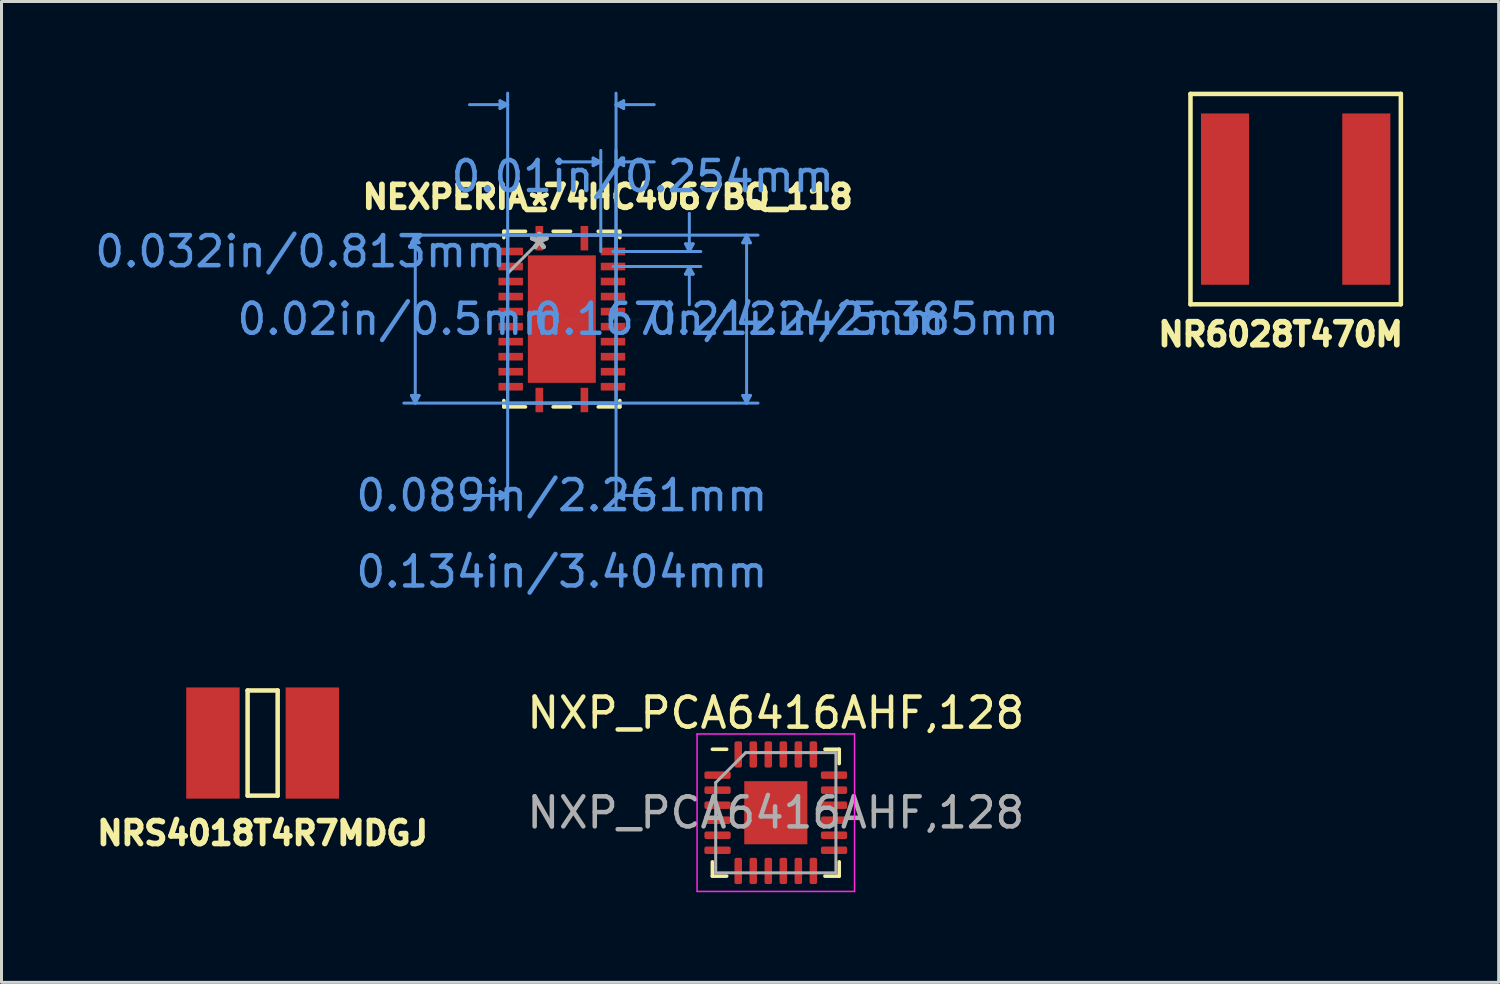
<source format=kicad_pcb>
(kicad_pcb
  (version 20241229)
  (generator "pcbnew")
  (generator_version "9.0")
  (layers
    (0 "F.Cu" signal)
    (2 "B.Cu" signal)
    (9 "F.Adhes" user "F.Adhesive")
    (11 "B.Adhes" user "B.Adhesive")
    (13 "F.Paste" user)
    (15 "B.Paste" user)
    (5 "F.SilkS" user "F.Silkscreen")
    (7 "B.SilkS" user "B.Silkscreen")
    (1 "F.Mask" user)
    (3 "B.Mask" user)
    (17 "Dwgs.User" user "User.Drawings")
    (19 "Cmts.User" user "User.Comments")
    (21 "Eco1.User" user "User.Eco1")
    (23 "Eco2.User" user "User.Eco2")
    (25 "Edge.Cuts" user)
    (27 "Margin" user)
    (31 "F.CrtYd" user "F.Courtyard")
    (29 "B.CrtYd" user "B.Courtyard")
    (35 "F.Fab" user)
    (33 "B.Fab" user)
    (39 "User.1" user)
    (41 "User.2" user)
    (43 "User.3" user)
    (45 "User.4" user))
  (footprint "NEXPERIA_74HC4067BQ_118"
    (layer "F.Cu")
    (at 15.645 7.568)
    (property "Reference" "NEXPERIA_74HC4067BQ_118" (at 1.524 -4.064 0) (layer "F.SilkS") (effects (font (size 0.762 0.762) (thickness 0.191))))
    (attr through_hole)
    (fp_line (start -1.93 -2.921) (end -1.93 -2.71) (stroke (width 0.12) (type solid)) (layer "F.SilkS"))
    (fp_line (start -1.93 2.71) (end -1.93 2.921) (stroke (width 0.12) (type solid)) (layer "F.SilkS"))
    (fp_line (start -1.93 2.921) (end -1.21 2.921) (stroke (width 0.12) (type solid)) (layer "F.SilkS"))
    (fp_line (start -1.21 -2.921) (end -1.93 -2.921) (stroke (width 0.12) (type solid)) (layer "F.SilkS"))
    (fp_line (start -0.29 2.921) (end 0.29 2.921) (stroke (width 0.12) (type solid)) (layer "F.SilkS"))
    (fp_line (start 0.29 -2.921) (end -0.29 -2.921) (stroke (width 0.12) (type solid)) (layer "F.SilkS"))
    (fp_line (start 1.21 2.921) (end 1.93 2.921) (stroke (width 0.12) (type solid)) (layer "F.SilkS"))
    (fp_line (start 1.93 -2.921) (end 1.21 -2.921) (stroke (width 0.12) (type solid)) (layer "F.SilkS"))
    (fp_line (start 1.93 -2.71) (end 1.93 -2.921) (stroke (width 0.12) (type solid)) (layer "F.SilkS"))
    (fp_line (start 1.93 2.921) (end 1.93 2.71) (stroke (width 0.12) (type solid)) (layer "F.SilkS"))
    (fp_poly (pts (xy -1.03 -2.021) (xy -1.03 -0.807) (xy 1.03 -0.807) (xy 1.03 -2.021)) (stroke (width 0.1) (type solid)) (fill yes) (layer "F.Paste"))
    (fp_poly (pts (xy -1.03 -0.607) (xy -1.03 0.607) (xy 1.03 0.607) (xy 1.03 -0.607)) (stroke (width 0.1) (type solid)) (fill yes) (layer "F.Paste"))
    (fp_poly (pts (xy -1.03 0.807) (xy -1.03 2.021) (xy 1.03 2.021) (xy 1.03 0.807)) (stroke (width 0.1) (type solid)) (fill yes) (layer "F.Paste"))
    (fp_line (start -5.004 -2.54) (end -4.75 -2.54) (stroke (width 0.1) (type solid)) (layer "Cmts.User"))
    (fp_line (start -5.004 2.54) (end -4.75 2.54) (stroke (width 0.1) (type solid)) (layer "Cmts.User"))
    (fp_line (start -4.877 -2.794) (end -5.004 -2.54) (stroke (width 0.1) (type solid)) (layer "Cmts.User"))
    (fp_line (start -4.877 -2.794) (end -4.877 2.794) (stroke (width 0.1) (type solid)) (layer "Cmts.User"))
    (fp_line (start -4.877 -2.794) (end -4.75 -2.54) (stroke (width 0.1) (type solid)) (layer "Cmts.User"))
    (fp_line (start -4.877 2.794) (end -5.004 2.54) (stroke (width 0.1) (type solid)) (layer "Cmts.User"))
    (fp_line (start -4.877 2.794) (end -4.75 2.54) (stroke (width 0.1) (type solid)) (layer "Cmts.User"))
    (fp_line (start -2.057 -7.264) (end -2.057 -7.01) (stroke (width 0.1) (type solid)) (layer "Cmts.User"))
    (fp_line (start -2.057 5.74) (end -2.057 5.994) (stroke (width 0.1) (type solid)) (layer "Cmts.User"))
    (fp_line (start -1.803 -7.137) (end -3.073 -7.137) (stroke (width 0.1) (type solid)) (layer "Cmts.User"))
    (fp_line (start -1.803 -7.137) (end -2.057 -7.264) (stroke (width 0.1) (type solid)) (layer "Cmts.User"))
    (fp_line (start -1.803 -7.137) (end -2.057 -7.01) (stroke (width 0.1) (type solid)) (layer "Cmts.User"))
    (fp_line (start -1.803 -2.794) (end -1.803 6.248) (stroke (width 0.1) (type solid)) (layer "Cmts.User"))
    (fp_line (start -1.803 -2.25) (end -1.803 -7.518) (stroke (width 0.1) (type solid)) (layer "Cmts.User"))
    (fp_line (start -1.803 5.867) (end -3.073 5.867) (stroke (width 0.1) (type solid)) (layer "Cmts.User"))
    (fp_line (start -1.803 5.867) (end -2.057 5.74) (stroke (width 0.1) (type solid)) (layer "Cmts.User"))
    (fp_line (start -1.803 5.867) (end -2.057 5.994) (stroke (width 0.1) (type solid)) (layer "Cmts.User"))
    (fp_line (start 0.25 -2.794) (end 6.528 -2.794) (stroke (width 0.1) (type solid)) (layer "Cmts.User"))
    (fp_line (start 0.25 2.794) (end 6.528 2.794) (stroke (width 0.1) (type solid)) (layer "Cmts.User"))
    (fp_line (start 1.041 -5.359) (end 1.041 -5.105) (stroke (width 0.1) (type solid)) (layer "Cmts.User"))
    (fp_line (start 1.295 -5.232) (end 0.025 -5.232) (stroke (width 0.1) (type solid)) (layer "Cmts.User"))
    (fp_line (start 1.295 -5.232) (end 1.041 -5.359) (stroke (width 0.1) (type solid)) (layer "Cmts.User"))
    (fp_line (start 1.295 -5.232) (end 1.041 -5.105) (stroke (width 0.1) (type solid)) (layer "Cmts.User"))
    (fp_line (start 1.295 -2.25) (end 1.295 -5.613) (stroke (width 0.1) (type solid)) (layer "Cmts.User"))
    (fp_line (start 1.702 -2.25) (end 4.623 -2.25) (stroke (width 0.1) (type solid)) (layer "Cmts.User"))
    (fp_line (start 1.702 -1.75) (end 4.623 -1.75) (stroke (width 0.1) (type solid)) (layer "Cmts.User"))
    (fp_line (start 1.803 -7.137) (end 2.057 -7.264) (stroke (width 0.1) (type solid)) (layer "Cmts.User"))
    (fp_line (start 1.803 -7.137) (end 2.057 -7.01) (stroke (width 0.1) (type solid)) (layer "Cmts.User"))
    (fp_line (start 1.803 -7.137) (end 3.073 -7.137) (stroke (width 0.1) (type solid)) (layer "Cmts.User"))
    (fp_line (start 1.803 -5.232) (end 2.057 -5.359) (stroke (width 0.1) (type solid)) (layer "Cmts.User"))
    (fp_line (start 1.803 -5.232) (end 2.057 -5.105) (stroke (width 0.1) (type solid)) (layer "Cmts.User"))
    (fp_line (start 1.803 -5.232) (end 3.073 -5.232) (stroke (width 0.1) (type solid)) (layer "Cmts.User"))
    (fp_line (start 1.803 -2.794) (end -5.258 -2.794) (stroke (width 0.1) (type solid)) (layer "Cmts.User"))
    (fp_line (start 1.803 -2.794) (end 1.803 6.248) (stroke (width 0.1) (type solid)) (layer "Cmts.User"))
    (fp_line (start 1.803 -2.25) (end 1.803 -7.518) (stroke (width 0.1) (type solid)) (layer "Cmts.User"))
    (fp_line (start 1.803 -2.25) (end 1.803 -5.613) (stroke (width 0.1) (type solid)) (layer "Cmts.User"))
    (fp_line (start 1.803 2.794) (end -5.258 2.794) (stroke (width 0.1) (type solid)) (layer "Cmts.User"))
    (fp_line (start 1.803 5.867) (end 2.057 5.74) (stroke (width 0.1) (type solid)) (layer "Cmts.User"))
    (fp_line (start 1.803 5.867) (end 2.057 5.994) (stroke (width 0.1) (type solid)) (layer "Cmts.User"))
    (fp_line (start 1.803 5.867) (end 3.073 5.867) (stroke (width 0.1) (type solid)) (layer "Cmts.User"))
    (fp_line (start 2.057 -7.264) (end 2.057 -7.01) (stroke (width 0.1) (type solid)) (layer "Cmts.User"))
    (fp_line (start 2.057 -5.359) (end 2.057 -5.105) (stroke (width 0.1) (type solid)) (layer "Cmts.User"))
    (fp_line (start 2.057 5.74) (end 2.057 5.994) (stroke (width 0.1) (type solid)) (layer "Cmts.User"))
    (fp_line (start 4.115 -2.504) (end 4.369 -2.504) (stroke (width 0.1) (type solid)) (layer "Cmts.User"))
    (fp_line (start 4.115 -1.496) (end 4.369 -1.496) (stroke (width 0.1) (type solid)) (layer "Cmts.User"))
    (fp_line (start 4.242 -2.25) (end 4.115 -2.504) (stroke (width 0.1) (type solid)) (layer "Cmts.User"))
    (fp_line (start 4.242 -2.25) (end 4.242 -3.52) (stroke (width 0.1) (type solid)) (layer "Cmts.User"))
    (fp_line (start 4.242 -2.25) (end 4.369 -2.504) (stroke (width 0.1) (type solid)) (layer "Cmts.User"))
    (fp_line (start 4.242 -1.75) (end 4.115 -1.496) (stroke (width 0.1) (type solid)) (layer "Cmts.User"))
    (fp_line (start 4.242 -1.75) (end 4.242 -0.48) (stroke (width 0.1) (type solid)) (layer "Cmts.User"))
    (fp_line (start 4.242 -1.75) (end 4.369 -1.496) (stroke (width 0.1) (type solid)) (layer "Cmts.User"))
    (fp_line (start 6.02 -2.54) (end 6.274 -2.54) (stroke (width 0.1) (type solid)) (layer "Cmts.User"))
    (fp_line (start 6.02 2.54) (end 6.274 2.54) (stroke (width 0.1) (type solid)) (layer "Cmts.User"))
    (fp_line (start 6.147 -2.794) (end 6.02 -2.54) (stroke (width 0.1) (type solid)) (layer "Cmts.User"))
    (fp_line (start 6.147 -2.794) (end 6.147 2.794) (stroke (width 0.1) (type solid)) (layer "Cmts.User"))
    (fp_line (start 6.147 -2.794) (end 6.274 -2.54) (stroke (width 0.1) (type solid)) (layer "Cmts.User"))
    (fp_line (start 6.147 2.794) (end 6.02 2.54) (stroke (width 0.1) (type solid)) (layer "Cmts.User"))
    (fp_line (start 6.147 2.794) (end 6.274 2.54) (stroke (width 0.1) (type solid)) (layer "Cmts.User"))
    (fp_line (start -1.803 -2.794) (end -1.803 2.794) (stroke (width 0.1) (type solid)) (layer "F.Fab"))
    (fp_line (start -1.803 -1.524) (end -0.533 -2.794) (stroke (width 0.1) (type solid)) (layer "F.Fab"))
    (fp_line (start -1.803 2.794) (end 1.803 2.794) (stroke (width 0.1) (type solid)) (layer "F.Fab"))
    (fp_line (start 1.803 -2.794) (end -1.803 -2.794) (stroke (width 0.1) (type solid)) (layer "F.Fab"))
    (fp_line (start 1.803 2.794) (end 1.803 -2.794) (stroke (width 0.1) (type solid)) (layer "F.Fab"))
    (fp_text user "*" (at -0.75 -3.734 0) (layer "F.SilkS") (effects (font (size 1 1) (thickness 0.15))))
    (fp_text user "*" (at -0.75 -3.734 0) (layer "F.SilkS") (effects (font (size 1 1) (thickness 0.15))))
    (fp_text user "0.01in/0.254mm" (at 2.692 -4.75 0) (layer "Cmts.User") (effects (font (size 1 1) (thickness 0.15))))
    (fp_text user "Copyright 2021 Accelerated Designs. All rights reserved." (at 0 0 0) (layer "Cmts.User") (effects (font (size 0.127 0.127) (thickness 0.002))))
    (fp_text user "0.134in/3.404mm" (at 0 8.407 0) (layer "Cmts.User") (effects (font (size 1 1) (thickness 0.15))))
    (fp_text user "0.212in/5.385mm" (at 9.703 0 0) (layer "Cmts.User") (effects (font (size 1 1) (thickness 0.15))))
    (fp_text user "0.032in/0.813mm" (at -8.687 -2.25 0) (layer "Cmts.User") (effects (font (size 1 1) (thickness 0.15))))
    (fp_text user "0.089in/2.261mm" (at 0 5.867 0) (layer "Cmts.User") (effects (font (size 1 1) (thickness 0.15))))
    (fp_text user "0.167in/4.242mm" (at 5.893 0 0) (layer "Cmts.User") (effects (font (size 1 1) (thickness 0.15))))
    (fp_text user "0.02in/0.5mm" (at -5.385 0 0) (layer "Cmts.User") (effects (font (size 1 1) (thickness 0.15))))
    (fp_text user "*" (at -0.75 -2.286 0) (layer "F.Fab") (effects (font (size 1 1) (thickness 0.15))))
    (fp_text user "*" (at -0.75 -2.286 0) (layer "F.Fab") (effects (font (size 1 1) (thickness 0.15))))
    (pad "1" smd rect (at -0.75 -2.692) (size 0.254 0.813) (layers "F.Cu" "F.Mask" "F.Paste"))
    (pad "2" smd rect (at -1.702 -2.25 90) (size 0.254 0.813) (layers "F.Cu" "F.Mask" "F.Paste"))
    (pad "3" smd rect (at -1.702 -1.75 90) (size 0.254 0.813) (layers "F.Cu" "F.Mask" "F.Paste"))
    (pad "4" smd rect (at -1.702 -1.25 90) (size 0.254 0.813) (layers "F.Cu" "F.Mask" "F.Paste"))
    (pad "5" smd rect (at -1.702 -0.75 90) (size 0.254 0.813) (layers "F.Cu" "F.Mask" "F.Paste"))
    (pad "6" smd rect (at -1.702 -0.25 90) (size 0.254 0.813) (layers "F.Cu" "F.Mask" "F.Paste"))
    (pad "7" smd rect (at -1.702 0.25 90) (size 0.254 0.813) (layers "F.Cu" "F.Mask" "F.Paste"))
    (pad "8" smd rect (at -1.702 0.75 90) (size 0.254 0.813) (layers "F.Cu" "F.Mask" "F.Paste"))
    (pad "9" smd rect (at -1.702 1.25 90) (size 0.254 0.813) (layers "F.Cu" "F.Mask" "F.Paste"))
    (pad "10" smd rect (at -1.702 1.75 90) (size 0.254 0.813) (layers "F.Cu" "F.Mask" "F.Paste"))
    (pad "11" smd rect (at -1.702 2.25 90) (size 0.254 0.813) (layers "F.Cu" "F.Mask" "F.Paste"))
    (pad "12" smd rect (at -0.75 2.692) (size 0.254 0.813) (layers "F.Cu" "F.Mask" "F.Paste"))
    (pad "13" smd rect (at 0.75 2.692) (size 0.254 0.813) (layers "F.Cu" "F.Mask" "F.Paste"))
    (pad "14" smd rect (at 1.702 2.25 90) (size 0.254 0.813) (layers "F.Cu" "F.Mask" "F.Paste"))
    (pad "15" smd rect (at 1.702 1.75 90) (size 0.254 0.813) (layers "F.Cu" "F.Mask" "F.Paste"))
    (pad "16" smd rect (at 1.702 1.25 90) (size 0.254 0.813) (layers "F.Cu" "F.Mask" "F.Paste"))
    (pad "17" smd rect (at 1.702 0.75 90) (size 0.254 0.813) (layers "F.Cu" "F.Mask" "F.Paste"))
    (pad "18" smd rect (at 1.702 0.25 90) (size 0.254 0.813) (layers "F.Cu" "F.Mask" "F.Paste"))
    (pad "19" smd rect (at 1.702 -0.25 90) (size 0.254 0.813) (layers "F.Cu" "F.Mask" "F.Paste"))
    (pad "20" smd rect (at 1.702 -0.75 90) (size 0.254 0.813) (layers "F.Cu" "F.Mask" "F.Paste"))
    (pad "21" smd rect (at 1.702 -1.25 90) (size 0.254 0.813) (layers "F.Cu" "F.Mask" "F.Paste"))
    (pad "22" smd rect (at 1.702 -1.75 90) (size 0.254 0.813) (layers "F.Cu" "F.Mask" "F.Paste"))
    (pad "23" smd rect (at 1.702 -2.25 90) (size 0.254 0.813) (layers "F.Cu" "F.Mask" "F.Paste"))
    (pad "24" smd rect (at 0.75 -2.692) (size 0.254 0.813) (layers "F.Cu" "F.Mask" "F.Paste"))
    (pad "PAD" smd rect (at 0 0) (size 2.261 4.242) (layers "F.Cu" "F.Mask")))
  (footprint "NR6028T470M"
    (layer "F.Cu")
    (at 40.062 3.575)
    (property "Reference" "NR6028T470M" (at -0.5 4.5 0) (layer "F.SilkS") (effects (font (size 0.762 0.762) (thickness 0.191))))
    (attr through_hole)
    (fp_line (start -3.5 -3.5) (end 3.5 -3.5) (stroke (width 0.15) (type solid)) (layer "F.SilkS"))
    (fp_line (start -3.5 3.5) (end -3.5 -3.5) (stroke (width 0.15) (type solid)) (layer "F.SilkS"))
    (fp_line (start 3.5 -3.5) (end 3.5 3.5) (stroke (width 0.15) (type solid)) (layer "F.SilkS"))
    (fp_line (start 3.5 3.5) (end -3.5 3.5) (stroke (width 0.15) (type solid)) (layer "F.SilkS"))
    (pad "1" smd rect (at -2.35 0) (size 1.6 5.7) (layers "F.Cu" "F.Mask" "F.Paste"))
    (pad "2" smd rect (at 2.35 0) (size 1.6 5.7) (layers "F.Cu" "F.Mask" "F.Paste")))
  (footprint "NXP_PCA6416AHF,128"
    (layer "F.Cu")
    (at 22.764 23.992)
    (property "Reference" "NXP_PCA6416AHF,128" (at 0 -3.32 0) (layer "F.SilkS") (effects (font (size 1 1) (thickness 0.15))))
    (attr smd)
    (fp_line (start -2.11 2.11) (end -2.11 1.635) (stroke (width 0.12) (type solid)) (layer "F.SilkS"))
    (fp_line (start -1.635 -2.11) (end -2.11 -2.11) (stroke (width 0.12) (type solid)) (layer "F.SilkS"))
    (fp_line (start -1.635 2.11) (end -2.11 2.11) (stroke (width 0.12) (type solid)) (layer "F.SilkS"))
    (fp_line (start 1.635 -2.11) (end 2.11 -2.11) (stroke (width 0.12) (type solid)) (layer "F.SilkS"))
    (fp_line (start 1.635 2.11) (end 2.11 2.11) (stroke (width 0.12) (type solid)) (layer "F.SilkS"))
    (fp_line (start 2.11 -2.11) (end 2.11 -1.635) (stroke (width 0.12) (type solid)) (layer "F.SilkS"))
    (fp_line (start 2.11 2.11) (end 2.11 1.635) (stroke (width 0.12) (type solid)) (layer "F.SilkS"))
    (fp_line (start -2.62 -2.62) (end -2.62 2.62) (stroke (width 0.05) (type solid)) (layer "F.CrtYd"))
    (fp_line (start -2.62 2.62) (end 2.62 2.62) (stroke (width 0.05) (type solid)) (layer "F.CrtYd"))
    (fp_line (start 2.62 -2.62) (end -2.62 -2.62) (stroke (width 0.05) (type solid)) (layer "F.CrtYd"))
    (fp_line (start 2.62 2.62) (end 2.62 -2.62) (stroke (width 0.05) (type solid)) (layer "F.CrtYd"))
    (fp_line (start -2 -1) (end -1 -2) (stroke (width 0.1) (type solid)) (layer "F.Fab"))
    (fp_line (start -2 2) (end -2 -1) (stroke (width 0.1) (type solid)) (layer "F.Fab"))
    (fp_line (start -1 -2) (end 2 -2) (stroke (width 0.1) (type solid)) (layer "F.Fab"))
    (fp_line (start 2 -2) (end 2 2) (stroke (width 0.1) (type solid)) (layer "F.Fab"))
    (fp_line (start 2 2) (end -2 2) (stroke (width 0.1) (type solid)) (layer "F.Fab"))
    (fp_text user "${REFERENCE}" (at 0 0 0) (layer "F.Fab") (effects (font (size 1 1) (thickness 0.15))))
    (pad "" smd roundrect (at -0.7 -0.7) (size 0.56 0.56) (layers "F.Paste") (roundrect_rratio 0.25))
    (pad "" smd roundrect (at -0.7 0) (size 0.56 0.56) (layers "F.Paste") (roundrect_rratio 0.25))
    (pad "" smd roundrect (at -0.7 0.7) (size 0.56 0.56) (layers "F.Paste") (roundrect_rratio 0.25))
    (pad "" smd roundrect (at 0 -0.7) (size 0.56 0.56) (layers "F.Paste") (roundrect_rratio 0.25))
    (pad "" smd roundrect (at 0 0) (size 0.56 0.56) (layers "F.Paste") (roundrect_rratio 0.25))
    (pad "" smd roundrect (at 0 0.7) (size 0.56 0.56) (layers "F.Paste") (roundrect_rratio 0.25))
    (pad "" smd roundrect (at 0.7 -0.7) (size 0.56 0.56) (layers "F.Paste") (roundrect_rratio 0.25))
    (pad "" smd roundrect (at 0.7 0) (size 0.56 0.56) (layers "F.Paste") (roundrect_rratio 0.25))
    (pad "" smd roundrect (at 0.7 0.7) (size 0.56 0.56) (layers "F.Paste") (roundrect_rratio 0.25))
    (pad "1" smd roundrect (at -1.938 -1.25) (size 0.875 0.25) (layers "F.Cu" "F.Mask" "F.Paste") (roundrect_rratio 0.25))
    (pad "2" smd roundrect (at -1.938 -0.75) (size 0.875 0.25) (layers "F.Cu" "F.Mask" "F.Paste") (roundrect_rratio 0.25))
    (pad "3" smd roundrect (at -1.938 -0.25) (size 0.875 0.25) (layers "F.Cu" "F.Mask" "F.Paste") (roundrect_rratio 0.25))
    (pad "4" smd roundrect (at -1.938 0.25) (size 0.875 0.25) (layers "F.Cu" "F.Mask" "F.Paste") (roundrect_rratio 0.25))
    (pad "5" smd roundrect (at -1.938 0.75) (size 0.875 0.25) (layers "F.Cu" "F.Mask" "F.Paste") (roundrect_rratio 0.25))
    (pad "6" smd roundrect (at -1.938 1.25) (size 0.875 0.25) (layers "F.Cu" "F.Mask" "F.Paste") (roundrect_rratio 0.25))
    (pad "7" smd roundrect (at -1.25 1.938) (size 0.25 0.875) (layers "F.Cu" "F.Mask" "F.Paste") (roundrect_rratio 0.25))
    (pad "8" smd roundrect (at -0.75 1.938) (size 0.25 0.875) (layers "F.Cu" "F.Mask" "F.Paste") (roundrect_rratio 0.25))
    (pad "9" smd roundrect (at -0.25 1.938) (size 0.25 0.875) (layers "F.Cu" "F.Mask" "F.Paste") (roundrect_rratio 0.25))
    (pad "10" smd roundrect (at 0.25 1.938) (size 0.25 0.875) (layers "F.Cu" "F.Mask" "F.Paste") (roundrect_rratio 0.25))
    (pad "11" smd roundrect (at 0.75 1.938) (size 0.25 0.875) (layers "F.Cu" "F.Mask" "F.Paste") (roundrect_rratio 0.25))
    (pad "12" smd roundrect (at 1.25 1.938) (size 0.25 0.875) (layers "F.Cu" "F.Mask" "F.Paste") (roundrect_rratio 0.25))
    (pad "13" smd roundrect (at 1.938 1.25) (size 0.875 0.25) (layers "F.Cu" "F.Mask" "F.Paste") (roundrect_rratio 0.25))
    (pad "14" smd roundrect (at 1.938 0.75) (size 0.875 0.25) (layers "F.Cu" "F.Mask" "F.Paste") (roundrect_rratio 0.25))
    (pad "15" smd roundrect (at 1.938 0.25) (size 0.875 0.25) (layers "F.Cu" "F.Mask" "F.Paste") (roundrect_rratio 0.25))
    (pad "16" smd roundrect (at 1.938 -0.25) (size 0.875 0.25) (layers "F.Cu" "F.Mask" "F.Paste") (roundrect_rratio 0.25))
    (pad "17" smd roundrect (at 1.938 -0.75) (size 0.875 0.25) (layers "F.Cu" "F.Mask" "F.Paste") (roundrect_rratio 0.25))
    (pad "18" smd roundrect (at 1.938 -1.25) (size 0.875 0.25) (layers "F.Cu" "F.Mask" "F.Paste") (roundrect_rratio 0.25))
    (pad "19" smd roundrect (at 1.25 -1.938) (size 0.25 0.875) (layers "F.Cu" "F.Mask" "F.Paste") (roundrect_rratio 0.25))
    (pad "20" smd roundrect (at 0.75 -1.938) (size 0.25 0.875) (layers "F.Cu" "F.Mask" "F.Paste") (roundrect_rratio 0.25))
    (pad "21" smd roundrect (at 0.25 -1.938) (size 0.25 0.875) (layers "F.Cu" "F.Mask" "F.Paste") (roundrect_rratio 0.25))
    (pad "22" smd roundrect (at -0.25 -1.938) (size 0.25 0.875) (layers "F.Cu" "F.Mask" "F.Paste") (roundrect_rratio 0.25))
    (pad "23" smd roundrect (at -0.75 -1.938) (size 0.25 0.875) (layers "F.Cu" "F.Mask" "F.Paste") (roundrect_rratio 0.25))
    (pad "24" smd roundrect (at -1.25 -1.938) (size 0.25 0.875) (layers "F.Cu" "F.Mask" "F.Paste") (roundrect_rratio 0.25))
    (pad "25" smd rect (at 0 0) (size 2.1 2.1) (layers "F.Cu" "F.Mask")))
  (footprint "NRS4018T4R7MDGJ"
    (layer "F.Cu")
    (at 5.689 21.674)
    (property "Reference" "NRS4018T4R7MDGJ" (at 0 3 0) (layer "F.SilkS") (effects (font (size 0.762 0.762) (thickness 0.191))))
    (attr through_hole)
    (fp_line (start -0.5 -1.75) (end 0.5 -1.75) (stroke (width 0.15) (type solid)) (layer "F.SilkS"))
    (fp_line (start -0.5 1.75) (end -0.5 -1.75) (stroke (width 0.15) (type solid)) (layer "F.SilkS"))
    (fp_line (start 0.5 -1.75) (end 0.5 1.75) (stroke (width 0.15) (type solid)) (layer "F.SilkS"))
    (fp_line (start 0.5 1.75) (end -0.5 1.75) (stroke (width 0.15) (type solid)) (layer "F.SilkS"))
    (pad "1" smd rect (at -1.654 0) (size 1.778 3.7) (layers "F.Cu" "F.Mask" "F.Paste"))
    (pad "2" smd rect (at 1.654 0) (size 1.778 3.7) (layers "F.Cu" "F.Mask" "F.Paste")))
  (gr_rect
    (start -3 -3)
    (end 46.817 29.637)
    (stroke (width 0.1) (type default))
    (fill no)
    (layer "Edge.Cuts")))
</source>
